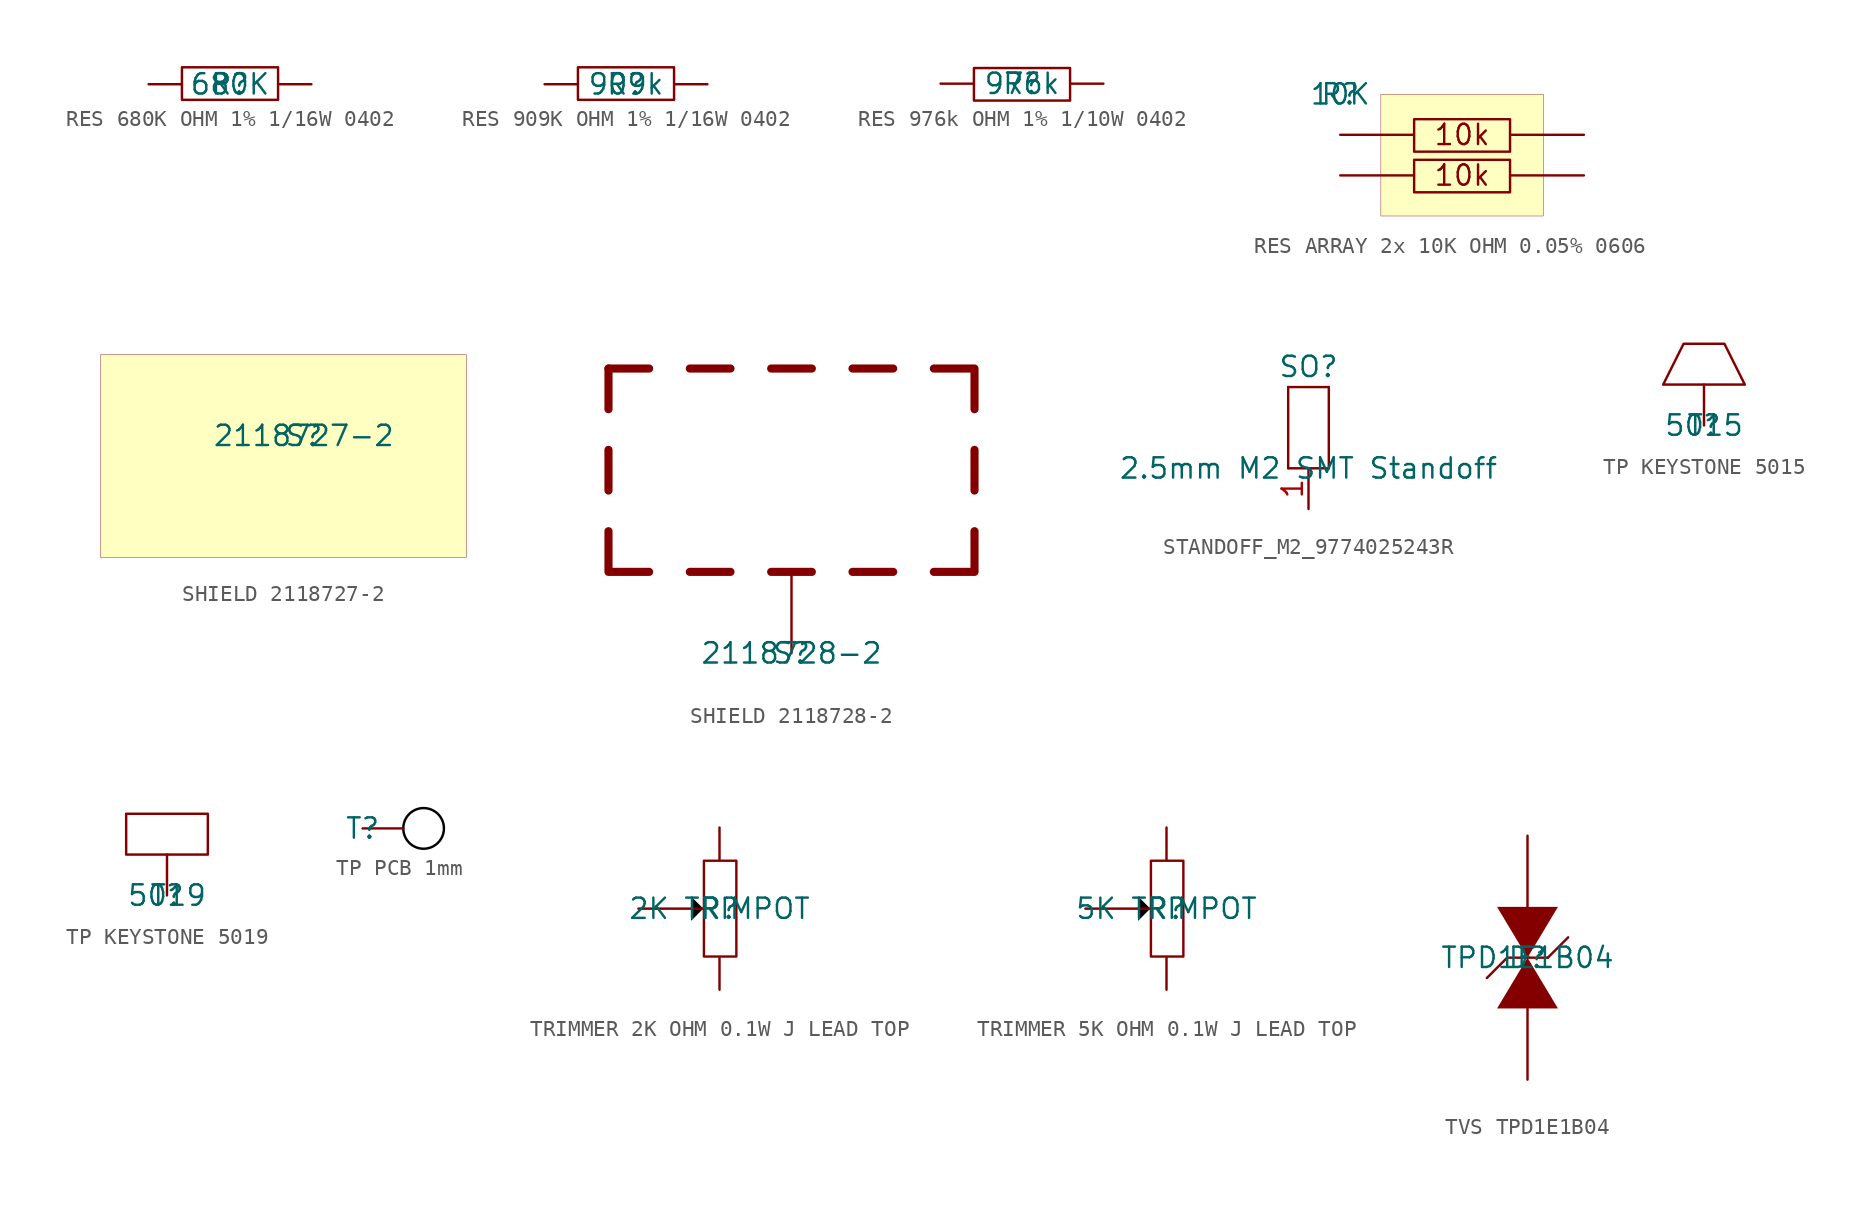
<source format=kicad_sym>
(kicad_symbol_lib
  (version 20241209)
  (generator "kicad_symbol_editor")
  (generator_version "9.0")
  (symbol "RES 680K OHM 1% 1/16W 0402"
    (pin_numbers
      (hide yes))
    (pin_names
      (hide yes))
    (property "Reference" "R"
      (at 0 0 0)
      (effects (font (size 1.27 1.27))))
    (property "Value" "680K"
      (at 0 0 0)
      (effects (font (size 1.27 1.27))))
    (symbol "RES 680K OHM 1% 1/16W 0402_1_0"
      (rectangle (start 3 1.056) (end -3 -0.976) (stroke (width 0) (type solid)) (fill (type none)))
      (pin passive line (at -5.08 0 0) (length 2) (name "2" (effects (font (size 1.27 1.27)))) (number "2" (effects (font (size 1.27 1.27)))))
      (pin passive line (at 5.08 0 180) (length 2) (name "1" (effects (font (size 1.27 1.27)))) (number "1" (effects (font (size 1.27 1.27)))))))
  (symbol "RES 909K OHM 1% 1/16W 0402"
    (pin_numbers
      (hide yes))
    (pin_names
      (hide yes))
    (property "Reference" "R"
      (at 0 0 0)
      (effects (font (size 1.27 1.27))))
    (property "Value" "909k"
      (at 0 0 0)
      (effects (font (size 1.27 1.27))))
    (symbol "RES 909K OHM 1% 1/16W 0402_1_0"
      (rectangle (start 3 1.056) (end -3 -0.976) (stroke (width 0) (type solid)) (fill (type none)))
      (pin passive line (at -5.08 0 0) (length 2) (name "2" (effects (font (size 1.27 1.27)))) (number "2" (effects (font (size 1.27 1.27)))))
      (pin passive line (at 5.08 0 180) (length 2) (name "1" (effects (font (size 1.27 1.27)))) (number "1" (effects (font (size 1.27 1.27)))))))
  (symbol "RES 976k OHM 1% 1/10W 0402"
    (pin_numbers
      (hide yes))
    (pin_names
      (hide yes))
    (property "Reference" "R"
      (at 0 0 0)
      (effects (font (size 1.27 1.27))))
    (property "Value" "976k"
      (at 0 0 0)
      (effects (font (size 1.27 1.27))))
    (symbol "RES 976k OHM 1% 1/10W 0402_1_0"
      (rectangle (start 3 0.976) (end -3 -1.056) (stroke (width 0) (type solid)) (fill (type none)))
      (pin passive line (at -5.08 0 0) (length 2) (name "1" (effects (font (size 1.27 1.27)))) (number "1" (effects (font (size 1.27 1.27)))))
      (pin passive line (at 5.08 0 180) (length 2) (name "2" (effects (font (size 1.27 1.27)))) (number "2" (effects (font (size 1.27 1.27)))))))
  (symbol "RES ARRAY 2x 10K OHM 0.05% 0606"
    (pin_numbers
      (hide yes))
    (pin_names
      (hide yes))
    (property "Reference" "R"
      (at 0 0 0)
      (effects (font (size 1.27 1.27))))
    (property "Value" "10K"
      (at 0 0 0)
      (effects (font (size 1.27 1.27))))
    (symbol "RES ARRAY 2x 10K OHM 0.05% 0606_1_0"
      (rectangle (start 10.62 -1.564) (end 4.62 -3.596) (stroke (width 0) (type solid)) (fill (type none)))
      (rectangle (start 10.62 -4.104) (end 4.62 -6.136) (stroke (width 0) (type solid)) (fill (type none)))
      (rectangle (start 12.7 0) (end 2.54 -7.62) (stroke (width 0.025) (type solid) (color 128 0 0 1)) (fill (type background)))
      (text "10k" (at 7.62 -2.54 0) (effects (font (size 1.27 1.27))))
      (text "10k" (at 7.62 -5.08 0) (effects (font (size 1.27 1.27))))
      (pin passive line (at 0 -2.54 0) (length 4.54) (name "1" (effects (font (size 1.27 1.27)))) (number "1" (effects (font (size 1.27 1.27)))))
      (pin passive line (at 0 -5.08 0) (length 4.54) (name "2" (effects (font (size 1.27 1.27)))) (number "2" (effects (font (size 1.27 1.27)))))
      (pin passive line (at 15.24 -2.54 180) (length 4.54) (name "4" (effects (font (size 1.27 1.27)))) (number "4" (effects (font (size 1.27 1.27)))))
      (pin passive line (at 15.24 -5.08 180) (length 4.54) (name "3" (effects (font (size 1.27 1.27)))) (number "3" (effects (font (size 1.27 1.27)))))))
  (symbol "SHIELD 2118727-2"
    (pin_numbers
      (hide yes))
    (pin_names
      (hide yes))
    (property "Reference" "S"
      (at 0 0 0)
      (effects (font (size 1.27 1.27))))
    (property "Value" "2118727-2"
      (at 0 0 0)
      (effects (font (size 1.27 1.27))))
    (symbol "SHIELD 2118727-2_1_0"
      (rectangle (start 10.16 5.08) (end -12.7 -7.62) (stroke (width 0.025) (type solid) (color 128 0 0 1)) (fill (type background)))))
  (symbol "SHIELD 2118728-2"
    (pin_numbers
      (hide yes))
    (pin_names
      (hide yes))
    (property "Reference" "S"
      (at 0 0 0)
      (effects (font (size 1.27 1.27))))
    (property "Value" "2118728-2"
      (at 0 0 0)
      (effects (font (size 1.27 1.27))))
    (symbol "SHIELD 2118728-2_1_0"
      (polyline (pts (xy -11.43 17.78) (xy -8.89 17.78)) (stroke (width 0.508) (type solid)) (fill (type none)))
      (polyline (pts (xy -11.43 15.24) (xy -11.43 17.78)) (stroke (width 0.508) (type solid)) (fill (type none)))
      (polyline (pts (xy -11.43 10.16) (xy -11.43 12.7)) (stroke (width 0.508) (type solid)) (fill (type none)))
      (polyline (pts (xy -11.43 7.62) (xy -11.43 5.08) (xy -8.89 5.08)) (stroke (width 0.508) (type solid)) (fill (type none)))
      (polyline (pts (xy -6.35 17.78) (xy -3.81 17.78)) (stroke (width 0.508) (type solid)) (fill (type none)))
      (polyline (pts (xy -6.35 5.08) (xy -3.81 5.08)) (stroke (width 0.508) (type solid)) (fill (type none)))
      (polyline (pts (xy -1.27 17.78) (xy 1.27 17.78)) (stroke (width 0.508) (type solid)) (fill (type none)))
      (polyline (pts (xy -1.27 5.08) (xy 1.27 5.08)) (stroke (width 0.508) (type solid)) (fill (type none)))
      (polyline (pts (xy 3.81 17.78) (xy 6.35 17.78)) (stroke (width 0.508) (type solid)) (fill (type none)))
      (polyline (pts (xy 3.81 5.08) (xy 6.35 5.08)) (stroke (width 0.508) (type solid)) (fill (type none)))
      (polyline (pts (xy 8.89 17.78) (xy 11.43 17.78) (xy 11.43 15.24)) (stroke (width 0.508) (type solid)) (fill (type none)))
      (polyline (pts (xy 8.89 5.08) (xy 11.43 5.08) (xy 11.43 7.62)) (stroke (width 0.508) (type solid)) (fill (type none)))
      (polyline (pts (xy 11.43 10.16) (xy 11.43 12.7)) (stroke (width 0.508) (type solid)) (fill (type none)))
      (pin passive line (at 0 0 90) (length 5.08) (name "1" (effects (font (size 1.27 1.27)))) (number "1" (effects (font (size 1.27 1.27)))))))
  (symbol "STANDOFF_M2_9774025243R"
    (property "Reference" "SO"
      (at 0 6.35 0)
      (effects (font (size 1.27 1.27))))
    (property "Value" "2.5mm M2 SMT Standoff"
      (at 0 0 0)
      (effects (font (size 1.27 1.27))))
    (symbol "STANDOFF_M2_9774025243R_0_1"
      (rectangle (start -1.27 5.08) (end 1.27 5.08) (stroke (width 0) (type default)) (fill (type none)))
      (rectangle (start -1.27 0) (end -1.27 5.08) (stroke (width 0) (type default)) (fill (type none)))
      (rectangle (start -1.27 0) (end 1.27 0) (stroke (width 0) (type default)) (fill (type none)))
      (rectangle (start 1.27 5.08) (end 1.27 0) (stroke (width 0) (type default)) (fill (type none))))
    (symbol "STANDOFF_M2_9774025243R_1_1"
      (pin passive line (at 0 -2.54 90) (length 2.54) (name "" (effects (font (size 1.27 1.27)))) (number "1" (effects (font (size 1.27 1.27)))))))
  (symbol "TP KEYSTONE 5015"
    (pin_numbers
      (hide yes))
    (pin_names
      (hide yes))
    (property "Reference" "T"
      (at 0 0 0)
      (effects (font (size 1.27 1.27))))
    (property "Value" "5015"
      (at 0 0 0)
      (effects (font (size 1.27 1.27))))
    (symbol "TP KEYSTONE 5015_1_0"
      (polyline (pts (xy 2.54 2.54) (xy -2.54 2.54) (xy -1.27 5.08) (xy 1.27 5.08) (xy 2.54 2.54)) (stroke (width 0) (type solid)) (fill (type none)))
      (pin passive line (at 0 0 90) (length 2.54) (name "1" (effects (font (size 1.27 1.27)))) (number "1" (effects (font (size 1.27 1.27)))))))
  (symbol "TP KEYSTONE 5019"
    (pin_numbers
      (hide yes))
    (pin_names
      (hide yes))
    (property "Reference" "T"
      (at 0 0 0)
      (effects (font (size 1.27 1.27))))
    (property "Value" "5019"
      (at 0 0 0)
      (effects (font (size 1.27 1.27))))
    (symbol "TP KEYSTONE 5019_1_0"
      (polyline (pts (xy -2.54 5.08) (xy 2.54 5.08) (xy 2.54 2.54) (xy -2.54 2.54) (xy -2.54 5.08)) (stroke (width 0) (type solid)) (fill (type none)))
      (pin passive line (at 0 0 90) (length 2.54) (name "1" (effects (font (size 1.27 1.27)))) (number "1" (effects (font (size 1.27 1.27)))))))
  (symbol "TP PCB 1mm"
    (pin_numbers
      (hide yes))
    (pin_names
      (hide yes))
    (property "Reference" "T"
      (at 0 0 0)
      (effects (font (size 1.27 1.27))))
    (symbol "TP PCB 1mm_1_0"
      (circle (center 3.81 0) (radius 1.27) (stroke (width 0) (type solid) (color 0 0 0 1)) (fill (type none)))
      (pin passive line (at 0 0 0) (length 2.54) (name "1" (effects (font (size 1.27 1.27)))) (number "1" (effects (font (size 1.27 1.27)))))))
  (symbol "TRIMMER 2K OHM 0.1W J LEAD TOP"
    (pin_numbers
      (hide yes))
    (pin_names
      (hide yes))
    (property "Reference" "R"
      (at 0 0 0)
      (effects (font (size 1.27 1.27))))
    (property "Value" "2K TRIMPOT"
      (at 0 0 0)
      (effects (font (size 1.27 1.27))))
    (symbol "TRIMMER 2K OHM 0.1W J LEAD TOP_1_0"
      (polyline (pts (xy -1.016 0) (xy -1.778 -0.762) (xy -1.778 0.762) (xy -1.016 0)) (stroke (width -0.0001) (type solid) (color 0 0 0 1)) (fill (type outline)))
      (rectangle (start 1.056 3) (end -0.976 -3) (stroke (width 0) (type solid)) (fill (type none)))
      (pin passive line (at -5.08 0 0) (length 4.064) (name "2" (effects (font (size 1.27 1.27)))) (number "2" (effects (font (size 1.27 1.27)))))
      (pin passive line (at 0 5.08 270) (length 2) (name "1" (effects (font (size 1.27 1.27)))) (number "1" (effects (font (size 1.27 1.27)))))
      (pin passive line (at 0 -5.08 90) (length 2) (name "3" (effects (font (size 1.27 1.27)))) (number "3" (effects (font (size 1.27 1.27)))))))
  (symbol "TRIMMER 5K OHM 0.1W J LEAD TOP"
    (pin_numbers
      (hide yes))
    (pin_names
      (hide yes))
    (property "Reference" "R"
      (at 0 0 0)
      (effects (font (size 1.27 1.27))))
    (property "Value" "5K TRIMPOT"
      (at 0 0 0)
      (effects (font (size 1.27 1.27))))
    (symbol "TRIMMER 5K OHM 0.1W J LEAD TOP_1_0"
      (polyline (pts (xy -1.016 0) (xy -1.778 -0.762) (xy -1.778 0.762) (xy -1.016 0)) (stroke (width -0.0001) (type solid) (color 0 0 0 1)) (fill (type outline)))
      (rectangle (start 1.056 3) (end -0.976 -3) (stroke (width 0) (type solid)) (fill (type none)))
      (pin passive line (at -5.08 0 0) (length 4.064) (name "2" (effects (font (size 1.27 1.27)))) (number "2" (effects (font (size 1.27 1.27)))))
      (pin passive line (at 0 5.08 270) (length 2) (name "1" (effects (font (size 1.27 1.27)))) (number "1" (effects (font (size 1.27 1.27)))))
      (pin passive line (at 0 -5.08 90) (length 2) (name "3" (effects (font (size 1.27 1.27)))) (number "3" (effects (font (size 1.27 1.27)))))))
  (symbol "TVS TPD1E1B04"
    (pin_numbers
      (hide yes))
    (pin_names
      (hide yes))
    (property "Reference" "D"
      (at 0 0 0)
      (effects (font (size 1.27 1.27))))
    (property "Value" "TPD1E1B04"
      (at 0 0 0)
      (effects (font (size 1.27 1.27))))
    (symbol "TVS TPD1E1B04_1_0"
      (polyline (pts (xy -1.905 3.175) (xy 0 0) (xy 1.905 3.175) (xy -1.905 3.175)) (stroke (width -0.0001) (type solid)) (fill (type outline)))
      (polyline (pts (xy -1.27 0) (xy -2.54 -1.27)) (stroke (width 0) (type solid)) (fill (type none)))
      (polyline (pts (xy -1.27 0) (xy 1.27 0)) (stroke (width 0) (type solid)) (fill (type none)))
      (polyline (pts (xy 1.905 -3.175) (xy 0 0) (xy -1.905 -3.175) (xy 1.905 -3.175)) (stroke (width -0.0001) (type solid)) (fill (type outline)))
      (polyline (pts (xy 2.54 1.27) (xy 1.27 0)) (stroke (width 0) (type solid)) (fill (type none)))
      (pin passive line (at 0 7.62 270) (length 4.445) (name "K" (effects (font (size 1.27 1.27)))) (number "1" (effects (font (size 1.27 1.27)))))
      (pin passive line (at 0 -7.62 90) (length 4.445) (name "A" (effects (font (size 1.27 1.27)))) (number "2" (effects (font (size 1.27 1.27))))))))
</source>
